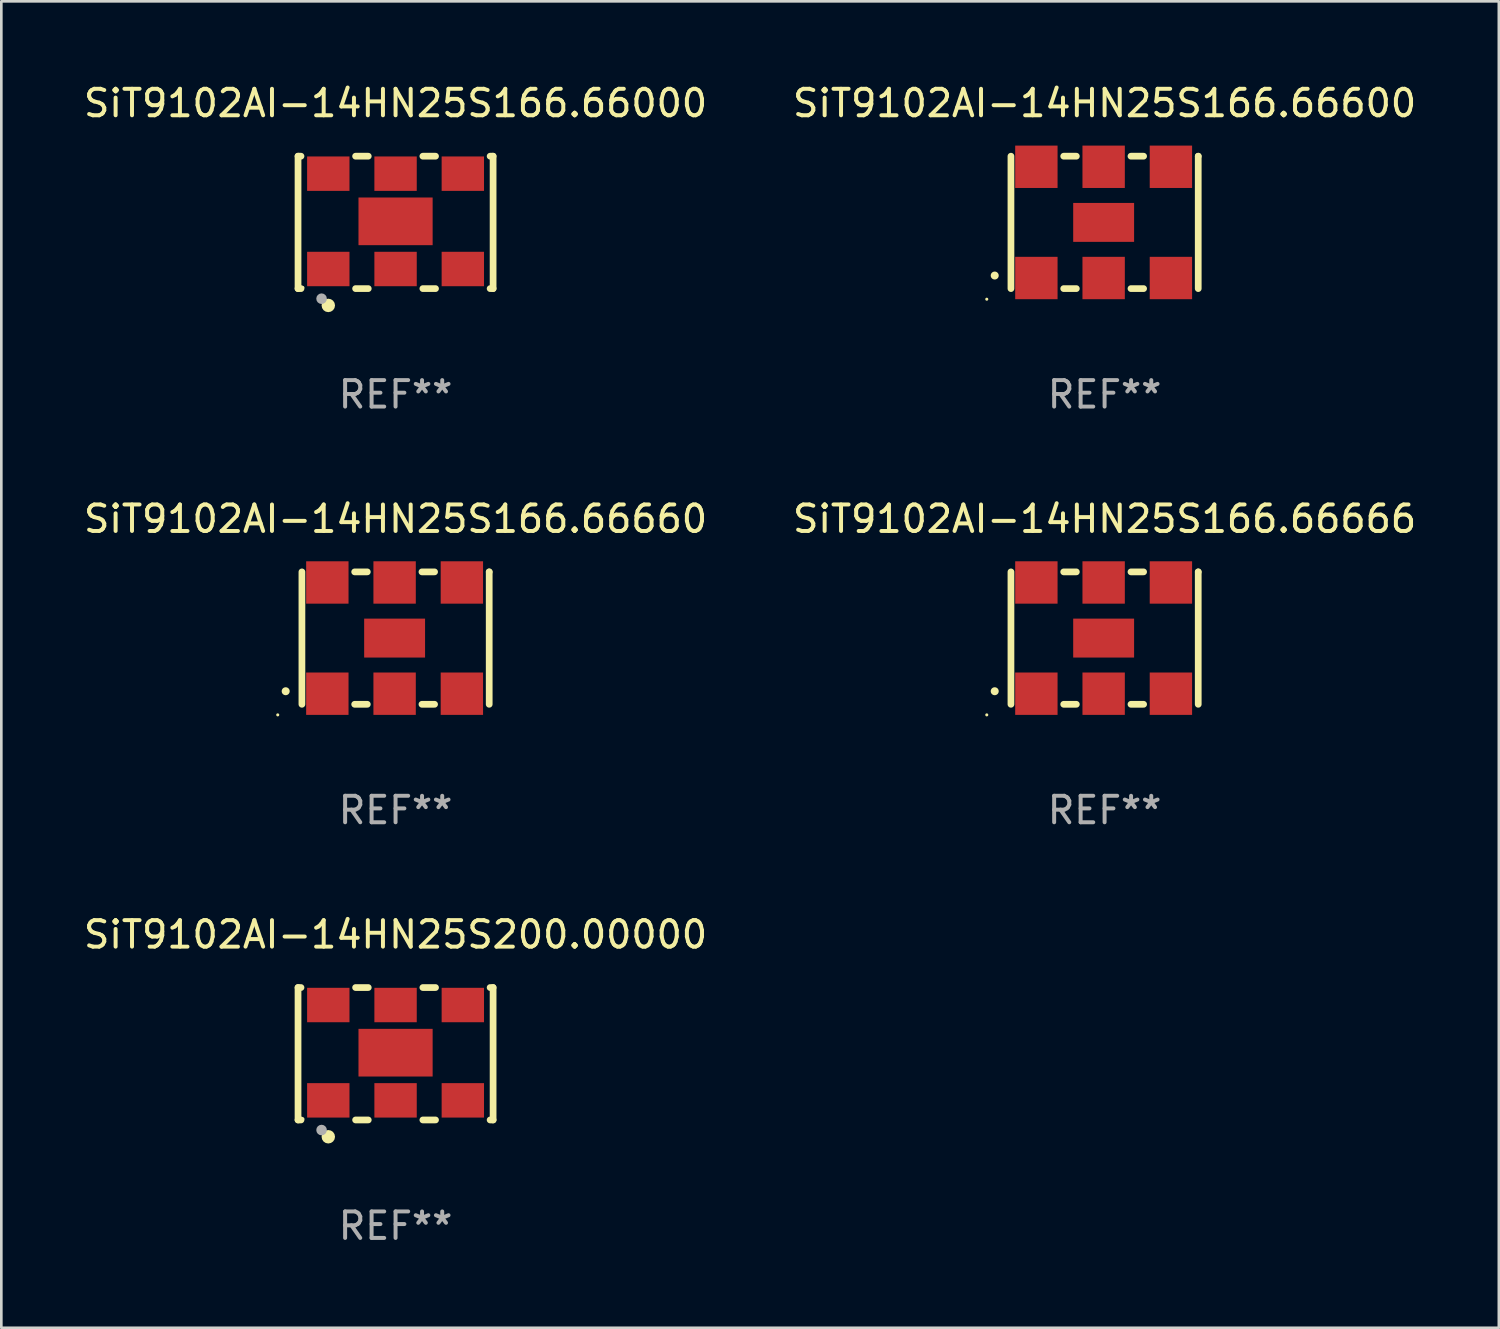
<source format=kicad_pcb>
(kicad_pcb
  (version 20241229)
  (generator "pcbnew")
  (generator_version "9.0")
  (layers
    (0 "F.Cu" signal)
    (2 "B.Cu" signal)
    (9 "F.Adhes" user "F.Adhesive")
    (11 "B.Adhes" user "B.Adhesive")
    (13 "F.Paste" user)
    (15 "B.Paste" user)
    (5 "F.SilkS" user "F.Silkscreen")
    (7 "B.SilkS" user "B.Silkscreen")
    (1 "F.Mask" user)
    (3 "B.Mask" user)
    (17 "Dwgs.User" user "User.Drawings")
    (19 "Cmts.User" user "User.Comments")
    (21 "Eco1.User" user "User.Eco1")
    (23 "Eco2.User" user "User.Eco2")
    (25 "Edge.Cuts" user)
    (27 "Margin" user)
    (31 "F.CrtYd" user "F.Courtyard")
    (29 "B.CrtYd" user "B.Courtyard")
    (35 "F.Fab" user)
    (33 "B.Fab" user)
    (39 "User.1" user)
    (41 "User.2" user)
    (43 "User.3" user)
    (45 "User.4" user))
  (footprint "SiT9102AI-14HN25S200.00000"
    (layer "F.Cu")
    (at 11.887 36.741)
    (property "Reference" "SiT9102AI-14HN25S200.00000" (at 0 -4.5 0) (layer "F.SilkS") (effects (font (size 1 1) (thickness 0.15))))
    (attr through_hole)
    (fp_line (start -3.683 -2.5) (end -3.571 -2.5) (stroke (width 0.254) (type solid)) (layer "F.SilkS"))
    (fp_line (start -3.683 2.5) (end -3.683 -2.5) (stroke (width 0.254) (type solid)) (layer "F.SilkS"))
    (fp_line (start -3.683 2.5) (end -3.571 2.5) (stroke (width 0.254) (type solid)) (layer "F.SilkS"))
    (fp_line (start -1.509 -2.5) (end -1.031 -2.5) (stroke (width 0.254) (type solid)) (layer "F.SilkS"))
    (fp_line (start -1.509 2.5) (end -1.031 2.5) (stroke (width 0.254) (type solid)) (layer "F.SilkS"))
    (fp_line (start 1.031 -2.5) (end 1.509 -2.5) (stroke (width 0.254) (type solid)) (layer "F.SilkS"))
    (fp_line (start 1.031 2.5) (end 1.509 2.5) (stroke (width 0.254) (type solid)) (layer "F.SilkS"))
    (fp_line (start 3.571 -2.5) (end 3.683 -2.5) (stroke (width 0.254) (type solid)) (layer "F.SilkS"))
    (fp_line (start 3.571 2.5) (end 3.683 2.5) (stroke (width 0.254) (type solid)) (layer "F.SilkS"))
    (fp_line (start 3.683 2.5) (end 3.683 -2.5) (stroke (width 0.254) (type solid)) (layer "F.SilkS"))
    (fp_circle (center -3.5 2.46) (end -3.47 2.46) (stroke (width 0.06) (type solid)) (fill no) (layer "F.SilkS"))
    (fp_circle (center -2.54 3.135) (end -2.413 3.135) (stroke (width 0.254) (type solid)) (fill no) (layer "F.SilkS"))
    (fp_circle (center -2.794 2.881) (end -2.694 2.881) (stroke (width 0.2) (type solid)) (fill no) (layer "F.Fab"))
    (fp_text user "REF**" (at 0 6.5 0) (layer "F.Fab") (effects (font (size 1 1) (thickness 0.15))))
    (pad "1" smd rect (at -2.54 1.76) (size 1.6 1.3) (layers "F.Cu" "F.Mask" "F.Paste"))
    (pad "2" smd rect (at 0 1.76) (size 1.6 1.3) (layers "F.Cu" "F.Mask" "F.Paste"))
    (pad "3" smd rect (at 2.54 1.76) (size 1.6 1.3) (layers "F.Cu" "F.Mask" "F.Paste"))
    (pad "4" smd rect (at 2.54 -1.84) (size 1.6 1.3) (layers "F.Cu" "F.Mask" "F.Paste"))
    (pad "5" smd rect (at 0 -1.84) (size 1.6 1.3) (layers "F.Cu" "F.Mask" "F.Paste"))
    (pad "6" smd rect (at -2.54 -1.84) (size 1.6 1.3) (layers "F.Cu" "F.Mask" "F.Paste"))
    (pad "7" smd rect (at 0 -0.04) (size 2.8 1.8) (layers "F.Cu" "F.Mask" "F.Paste")))
  (footprint "SiT9102AI-14HN25S166.66666"
    (layer "F.Cu")
    (at 38.661 21.045)
    (property "Reference" "SiT9102AI-14HN25S166.66666" (at 0 -4.5 0) (layer "F.SilkS") (effects (font (size 1 1) (thickness 0.15))))
    (attr through_hole)
    (fp_line (start -3.536 -2.5) (end -3.536 2.5) (stroke (width 0.254) (type solid)) (layer "F.SilkS"))
    (fp_line (start -1.544 2.5) (end -1.067 2.5) (stroke (width 0.254) (type solid)) (layer "F.SilkS"))
    (fp_line (start -1.067 -2.5) (end -1.544 -2.5) (stroke (width 0.254) (type solid)) (layer "F.SilkS"))
    (fp_line (start 0.996 2.5) (end 1.473 2.5) (stroke (width 0.254) (type solid)) (layer "F.SilkS"))
    (fp_line (start 1.473 -2.5) (end 0.996 -2.5) (stroke (width 0.254) (type solid)) (layer "F.SilkS"))
    (fp_line (start 3.536 -2.5) (end 3.536 -2.5) (stroke (width 0.254) (type solid)) (layer "F.SilkS"))
    (fp_line (start 3.536 2.5) (end 3.536 -2.5) (stroke (width 0.254) (type solid)) (layer "F.SilkS"))
    (fp_arc (start -4.150432 2.006604) (mid -4.149162 2.006599) (end -4.147892 2.006604) (stroke (width 0.3) (type solid)) (layer "F.SilkS"))
    (fp_circle (center -4.449 2.9) (end -4.419 2.9) (stroke (width 0.06) (type solid)) (fill no) (layer "F.SilkS"))
    (fp_text user "REF**" (at 0 6.5 0) (layer "F.Fab") (effects (font (size 1 1) (thickness 0.15))))
    (pad "1" smd rect (at -2.576 2.1) (size 1.6 1.6) (layers "F.Cu" "F.Mask" "F.Paste"))
    (pad "2" smd rect (at -0.036 2.1) (size 1.6 1.6) (layers "F.Cu" "F.Mask" "F.Paste"))
    (pad "3" smd rect (at 2.504 2.1) (size 1.6 1.6) (layers "F.Cu" "F.Mask" "F.Paste"))
    (pad "4" smd rect (at 2.504 -2.1) (size 1.6 1.6) (layers "F.Cu" "F.Mask" "F.Paste"))
    (pad "5" smd rect (at -0.036 -2.1) (size 1.6 1.6) (layers "F.Cu" "F.Mask" "F.Paste"))
    (pad "6" smd rect (at -2.576 -2.1) (size 1.6 1.6) (layers "F.Cu" "F.Mask" "F.Paste"))
    (pad "7" smd rect (at -0.036 0) (size 2.3 1.47) (layers "F.Cu" "F.Mask" "F.Paste")))
  (footprint "SiT9102AI-14HN25S166.66000"
    (layer "F.Cu")
    (at 11.887 5.348)
    (property "Reference" "SiT9102AI-14HN25S166.66000" (at 0 -4.5 0) (layer "F.SilkS") (effects (font (size 1 1) (thickness 0.15))))
    (attr through_hole)
    (fp_line (start -3.683 -2.5) (end -3.571 -2.5) (stroke (width 0.254) (type solid)) (layer "F.SilkS"))
    (fp_line (start -3.683 2.5) (end -3.683 -2.5) (stroke (width 0.254) (type solid)) (layer "F.SilkS"))
    (fp_line (start -3.683 2.5) (end -3.571 2.5) (stroke (width 0.254) (type solid)) (layer "F.SilkS"))
    (fp_line (start -1.509 -2.5) (end -1.031 -2.5) (stroke (width 0.254) (type solid)) (layer "F.SilkS"))
    (fp_line (start -1.509 2.5) (end -1.031 2.5) (stroke (width 0.254) (type solid)) (layer "F.SilkS"))
    (fp_line (start 1.031 -2.5) (end 1.509 -2.5) (stroke (width 0.254) (type solid)) (layer "F.SilkS"))
    (fp_line (start 1.031 2.5) (end 1.509 2.5) (stroke (width 0.254) (type solid)) (layer "F.SilkS"))
    (fp_line (start 3.571 -2.5) (end 3.683 -2.5) (stroke (width 0.254) (type solid)) (layer "F.SilkS"))
    (fp_line (start 3.571 2.5) (end 3.683 2.5) (stroke (width 0.254) (type solid)) (layer "F.SilkS"))
    (fp_line (start 3.683 2.5) (end 3.683 -2.5) (stroke (width 0.254) (type solid)) (layer "F.SilkS"))
    (fp_circle (center -3.5 2.46) (end -3.47 2.46) (stroke (width 0.06) (type solid)) (fill no) (layer "F.SilkS"))
    (fp_circle (center -2.54 3.135) (end -2.413 3.135) (stroke (width 0.254) (type solid)) (fill no) (layer "F.SilkS"))
    (fp_circle (center -2.794 2.881) (end -2.694 2.881) (stroke (width 0.2) (type solid)) (fill no) (layer "F.Fab"))
    (fp_text user "REF**" (at 0 6.5 0) (layer "F.Fab") (effects (font (size 1 1) (thickness 0.15))))
    (pad "1" smd rect (at -2.54 1.76) (size 1.6 1.3) (layers "F.Cu" "F.Mask" "F.Paste"))
    (pad "2" smd rect (at 0 1.76) (size 1.6 1.3) (layers "F.Cu" "F.Mask" "F.Paste"))
    (pad "3" smd rect (at 2.54 1.76) (size 1.6 1.3) (layers "F.Cu" "F.Mask" "F.Paste"))
    (pad "4" smd rect (at 2.54 -1.84) (size 1.6 1.3) (layers "F.Cu" "F.Mask" "F.Paste"))
    (pad "5" smd rect (at 0 -1.84) (size 1.6 1.3) (layers "F.Cu" "F.Mask" "F.Paste"))
    (pad "6" smd rect (at -2.54 -1.84) (size 1.6 1.3) (layers "F.Cu" "F.Mask" "F.Paste"))
    (pad "7" smd rect (at 0 -0.04) (size 2.8 1.8) (layers "F.Cu" "F.Mask" "F.Paste")))
  (footprint "SiT9102AI-14HN25S166.66660"
    (layer "F.Cu")
    (at 11.887 21.045)
    (property "Reference" "SiT9102AI-14HN25S166.66660" (at 0 -4.5 0) (layer "F.SilkS") (effects (font (size 1 1) (thickness 0.15))))
    (attr through_hole)
    (fp_line (start -3.536 -2.5) (end -3.536 2.5) (stroke (width 0.254) (type solid)) (layer "F.SilkS"))
    (fp_line (start -1.544 2.5) (end -1.067 2.5) (stroke (width 0.254) (type solid)) (layer "F.SilkS"))
    (fp_line (start -1.067 -2.5) (end -1.544 -2.5) (stroke (width 0.254) (type solid)) (layer "F.SilkS"))
    (fp_line (start 0.996 2.5) (end 1.473 2.5) (stroke (width 0.254) (type solid)) (layer "F.SilkS"))
    (fp_line (start 1.473 -2.5) (end 0.996 -2.5) (stroke (width 0.254) (type solid)) (layer "F.SilkS"))
    (fp_line (start 3.536 -2.5) (end 3.536 -2.5) (stroke (width 0.254) (type solid)) (layer "F.SilkS"))
    (fp_line (start 3.536 2.5) (end 3.536 -2.5) (stroke (width 0.254) (type solid)) (layer "F.SilkS"))
    (fp_arc (start -4.150432 2.006604) (mid -4.149162 2.006599) (end -4.147892 2.006604) (stroke (width 0.3) (type solid)) (layer "F.SilkS"))
    (fp_circle (center -4.449 2.9) (end -4.419 2.9) (stroke (width 0.06) (type solid)) (fill no) (layer "F.SilkS"))
    (fp_text user "REF**" (at 0 6.5 0) (layer "F.Fab") (effects (font (size 1 1) (thickness 0.15))))
    (pad "1" smd rect (at -2.576 2.1) (size 1.6 1.6) (layers "F.Cu" "F.Mask" "F.Paste"))
    (pad "2" smd rect (at -0.036 2.1) (size 1.6 1.6) (layers "F.Cu" "F.Mask" "F.Paste"))
    (pad "3" smd rect (at 2.504 2.1) (size 1.6 1.6) (layers "F.Cu" "F.Mask" "F.Paste"))
    (pad "4" smd rect (at 2.504 -2.1) (size 1.6 1.6) (layers "F.Cu" "F.Mask" "F.Paste"))
    (pad "5" smd rect (at -0.036 -2.1) (size 1.6 1.6) (layers "F.Cu" "F.Mask" "F.Paste"))
    (pad "6" smd rect (at -2.576 -2.1) (size 1.6 1.6) (layers "F.Cu" "F.Mask" "F.Paste"))
    (pad "7" smd rect (at -0.036 0) (size 2.3 1.47) (layers "F.Cu" "F.Mask" "F.Paste")))
  (footprint "SiT9102AI-14HN25S166.66600"
    (layer "F.Cu")
    (at 38.661 5.348)
    (property "Reference" "SiT9102AI-14HN25S166.66600" (at 0 -4.5 0) (layer "F.SilkS") (effects (font (size 1 1) (thickness 0.15))))
    (attr through_hole)
    (fp_line (start -3.536 -2.5) (end -3.536 2.5) (stroke (width 0.254) (type solid)) (layer "F.SilkS"))
    (fp_line (start -1.544 2.5) (end -1.067 2.5) (stroke (width 0.254) (type solid)) (layer "F.SilkS"))
    (fp_line (start -1.067 -2.5) (end -1.544 -2.5) (stroke (width 0.254) (type solid)) (layer "F.SilkS"))
    (fp_line (start 0.996 2.5) (end 1.473 2.5) (stroke (width 0.254) (type solid)) (layer "F.SilkS"))
    (fp_line (start 1.473 -2.5) (end 0.996 -2.5) (stroke (width 0.254) (type solid)) (layer "F.SilkS"))
    (fp_line (start 3.536 -2.5) (end 3.536 -2.5) (stroke (width 0.254) (type solid)) (layer "F.SilkS"))
    (fp_line (start 3.536 2.5) (end 3.536 -2.5) (stroke (width 0.254) (type solid)) (layer "F.SilkS"))
    (fp_arc (start -4.150432 2.006604) (mid -4.149162 2.006599) (end -4.147892 2.006604) (stroke (width 0.3) (type solid)) (layer "F.SilkS"))
    (fp_circle (center -4.449 2.9) (end -4.419 2.9) (stroke (width 0.06) (type solid)) (fill no) (layer "F.SilkS"))
    (fp_text user "REF**" (at 0 6.5 0) (layer "F.Fab") (effects (font (size 1 1) (thickness 0.15))))
    (pad "1" smd rect (at -2.576 2.1) (size 1.6 1.6) (layers "F.Cu" "F.Mask" "F.Paste"))
    (pad "2" smd rect (at -0.036 2.1) (size 1.6 1.6) (layers "F.Cu" "F.Mask" "F.Paste"))
    (pad "3" smd rect (at 2.504 2.1) (size 1.6 1.6) (layers "F.Cu" "F.Mask" "F.Paste"))
    (pad "4" smd rect (at 2.504 -2.1) (size 1.6 1.6) (layers "F.Cu" "F.Mask" "F.Paste"))
    (pad "5" smd rect (at -0.036 -2.1) (size 1.6 1.6) (layers "F.Cu" "F.Mask" "F.Paste"))
    (pad "6" smd rect (at -2.576 -2.1) (size 1.6 1.6) (layers "F.Cu" "F.Mask" "F.Paste"))
    (pad "7" smd rect (at -0.036 0) (size 2.3 1.47) (layers "F.Cu" "F.Mask" "F.Paste")))
  (gr_rect
    (start -3 -3)
    (end 53.548 47.09)
    (stroke (width 0.1) (type default))
    (fill no)
    (layer "Edge.Cuts")))
</source>
